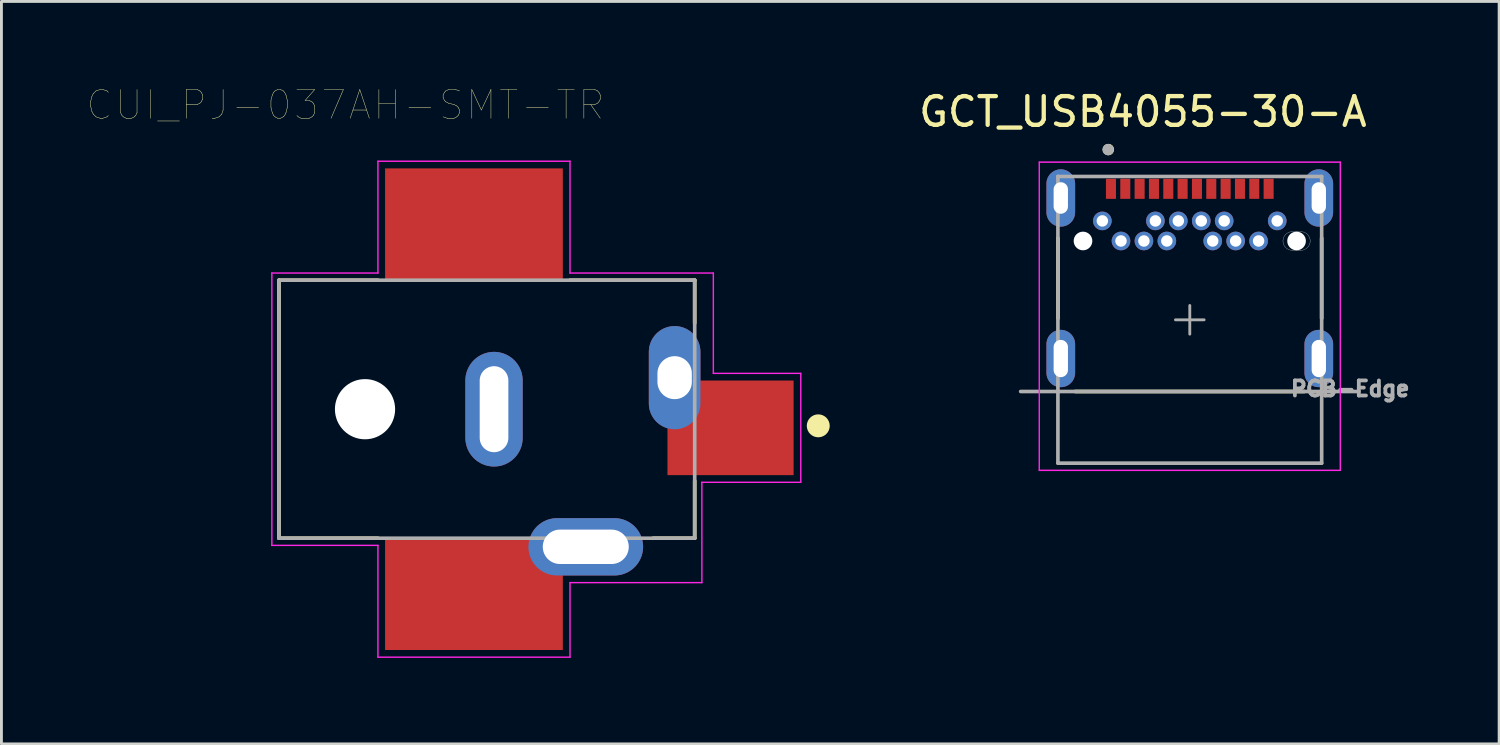
<source format=kicad_pcb>
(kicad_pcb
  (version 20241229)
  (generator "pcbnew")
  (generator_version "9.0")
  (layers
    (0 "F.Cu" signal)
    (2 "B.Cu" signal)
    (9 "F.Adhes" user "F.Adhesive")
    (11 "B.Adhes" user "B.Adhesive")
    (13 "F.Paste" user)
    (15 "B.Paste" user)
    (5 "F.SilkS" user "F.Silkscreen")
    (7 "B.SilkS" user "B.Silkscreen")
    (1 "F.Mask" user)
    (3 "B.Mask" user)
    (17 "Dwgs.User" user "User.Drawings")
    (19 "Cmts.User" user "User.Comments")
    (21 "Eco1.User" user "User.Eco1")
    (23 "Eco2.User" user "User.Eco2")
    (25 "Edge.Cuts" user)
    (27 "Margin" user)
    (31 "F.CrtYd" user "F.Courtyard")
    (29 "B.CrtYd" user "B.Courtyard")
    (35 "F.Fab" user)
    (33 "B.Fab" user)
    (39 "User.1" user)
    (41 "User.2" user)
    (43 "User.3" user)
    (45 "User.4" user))
  (footprint "CUI_PJ-037AH-SMT-TR"
    (layer "F.Cu")
    (at 22.433 11.874)
    (property "Reference" "CUI_PJ-037AH-SMT-TR" (at -13.434 -11.262 0) (layer "F.SilkS") (effects (font (size 1.001 1.001) (thickness 0.015))))
    (attr through_hole)
    (fp_line (start -15.75 -5.15) (end -15.75 3.85) (stroke (width 0.127) (type solid)) (layer "F.SilkS"))
    (fp_line (start -15.75 3.85) (end -12.3 3.85) (stroke (width 0.127) (type solid)) (layer "F.SilkS"))
    (fp_line (start -12.3 -5.15) (end -15.75 -5.15) (stroke (width 0.127) (type solid)) (layer "F.SilkS"))
    (fp_line (start -2.7 3.85) (end -1.25 3.85) (stroke (width 0.127) (type solid)) (layer "F.SilkS"))
    (fp_line (start -1.25 -5.15) (end -5.6 -5.15) (stroke (width 0.127) (type solid)) (layer "F.SilkS"))
    (fp_line (start -1.25 -3.65) (end -1.25 -5.15) (stroke (width 0.127) (type solid)) (layer "F.SilkS"))
    (fp_line (start -1.25 3.85) (end -1.25 1.85) (stroke (width 0.127) (type solid)) (layer "F.SilkS"))
    (fp_circle (center 3.06 -0.07) (end 3.26 -0.07) (stroke (width 0.4) (type solid)) (fill no) (layer "F.SilkS"))
    (fp_line (start -16 -5.4) (end -16 4.1) (stroke (width 0.05) (type solid)) (layer "F.CrtYd"))
    (fp_line (start -16 4.1) (end -12.3 4.1) (stroke (width 0.05) (type solid)) (layer "F.CrtYd"))
    (fp_line (start -12.3 -9.3) (end -5.6 -9.3) (stroke (width 0.05) (type solid)) (layer "F.CrtYd"))
    (fp_line (start -12.3 -5.4) (end -16 -5.4) (stroke (width 0.05) (type solid)) (layer "F.CrtYd"))
    (fp_line (start -12.3 -5.4) (end -12.3 -9.3) (stroke (width 0.05) (type solid)) (layer "F.CrtYd"))
    (fp_line (start -12.3 4.1) (end -12.3 8) (stroke (width 0.05) (type solid)) (layer "F.CrtYd"))
    (fp_line (start -12.3 8) (end -5.6 8) (stroke (width 0.05) (type solid)) (layer "F.CrtYd"))
    (fp_line (start -5.6 -9.3) (end -5.6 -5.4) (stroke (width 0.05) (type solid)) (layer "F.CrtYd"))
    (fp_line (start -5.6 5.4) (end -1 5.4) (stroke (width 0.05) (type solid)) (layer "F.CrtYd"))
    (fp_line (start -5.6 8) (end -5.6 5.4) (stroke (width 0.05) (type solid)) (layer "F.CrtYd"))
    (fp_line (start -1 5.4) (end -1 1.9) (stroke (width 0.05) (type solid)) (layer "F.CrtYd"))
    (fp_line (start -0.6 -5.4) (end -5.6 -5.4) (stroke (width 0.05) (type solid)) (layer "F.CrtYd"))
    (fp_line (start -0.6 -1.9) (end -0.6 -5.4) (stroke (width 0.05) (type solid)) (layer "F.CrtYd"))
    (fp_line (start -0.6 -1.9) (end 2.45 -1.9) (stroke (width 0.05) (type solid)) (layer "F.CrtYd"))
    (fp_line (start 2.45 -1.9) (end 2.45 1.9) (stroke (width 0.05) (type solid)) (layer "F.CrtYd"))
    (fp_line (start 2.45 1.9) (end -1 1.9) (stroke (width 0.05) (type solid)) (layer "F.CrtYd"))
    (fp_line (start -15.75 -5.15) (end -15.75 3.85) (stroke (width 0.127) (type solid)) (layer "F.Fab"))
    (fp_line (start -15.75 3.85) (end -1.25 3.85) (stroke (width 0.127) (type solid)) (layer "F.Fab"))
    (fp_line (start -1.25 -5.15) (end -15.75 -5.15) (stroke (width 0.127) (type solid)) (layer "F.Fab"))
    (fp_line (start -1.25 3.85) (end -1.25 -5.15) (stroke (width 0.127) (type solid)) (layer "F.Fab"))
    (pad "" np_thru_hole circle (at -12.75 -0.65) (size 2.1 2.1) (drill 2.1) (layers "*.Cu" "*.Mask"))
    (pad "1A" smd rect (at 0 0) (size 4.4 3.3) (layers "F.Cu" "F.Mask" "F.Paste"))
    (pad "1B" thru_hole oval (at -1.95 -1.75) (size 1.8 3.6) (drill oval 1.2 1.5) (layers "*.Cu" "*.Mask"))
    (pad "2A" smd rect (at -8.95 -7.1) (size 6.2 3.9) (layers "F.Cu" "F.Mask" "F.Paste"))
    (pad "2B" thru_hole oval (at -8.25 -0.65) (size 2 4) (drill oval 1 3) (layers "*.Cu" "*.Mask"))
    (pad "3A" smd rect (at -8.95 5.8) (size 6.2 3.9) (layers "F.Cu" "F.Mask" "F.Paste"))
    (pad "3B" thru_hole oval (at -5.05 4.15) (size 4 2) (drill oval 3 1.2) (layers "*.Cu" "*.Mask")))
  (footprint "GCT_USB4055-30-A"
    (layer "F.Cu")
    (at 38.453 8.106)
    (property "Reference" "GCT_USB4055-30-A" (at -1.635 -7.257 0) (layer "F.SilkS") (effects (font (size 1.002 1.002) (thickness 0.15))))
    (attr through_hole)
    (fp_line (start -4.6 -2.85) (end -4.6 -0.05) (stroke (width 0.127) (type solid)) (layer "F.SilkS"))
    (fp_line (start -4 2.5) (end 4 2.5) (stroke (width 0.127) (type solid)) (layer "F.SilkS"))
    (fp_line (start 4.6 -0.05) (end 4.6 -2.85) (stroke (width 0.127) (type solid)) (layer "F.SilkS"))
    (fp_circle (center -2.841 -5.939) (end -2.741 -5.939) (stroke (width 0.2) (type solid)) (fill no) (layer "F.SilkS"))
    (fp_line (start 3.575 -3.075) (end 3.875 -3.075) (stroke (width 0.01) (type solid)) (layer "Edge.Cuts"))
    (fp_line (start 3.875 -2.425) (end 3.575 -2.425) (stroke (width 0.01) (type solid)) (layer "Edge.Cuts"))
    (fp_arc (start 3.25 -2.75) (mid 3.34519 -2.97981) (end 3.575 -3.075) (stroke (width 0.01) (type solid)) (layer "Edge.Cuts"))
    (fp_arc (start 3.575 -2.425) (mid 3.34519 -2.52019) (end 3.25 -2.75) (stroke (width 0.01) (type solid)) (layer "Edge.Cuts"))
    (fp_arc (start 3.875 -3.075) (mid 4.10481 -2.97981) (end 4.2 -2.75) (stroke (width 0.01) (type solid)) (layer "Edge.Cuts"))
    (fp_arc (start 4.2 -2.75) (mid 4.10481 -2.52019) (end 3.875 -2.425) (stroke (width 0.01) (type solid)) (layer "Edge.Cuts"))
    (fp_line (start -5.25 -5.5) (end 5.25 -5.5) (stroke (width 0.05) (type solid)) (layer "F.CrtYd"))
    (fp_line (start -5.25 5.25) (end -5.25 -5.5) (stroke (width 0.05) (type solid)) (layer "F.CrtYd"))
    (fp_line (start -5.25 5.25) (end 5.25 5.25) (stroke (width 0.05) (type solid)) (layer "F.CrtYd"))
    (fp_line (start 5.25 5.25) (end 5.25 -5.5) (stroke (width 0.05) (type solid)) (layer "F.CrtYd"))
    (fp_line (start -5.9 2.5) (end 5.9 2.5) (stroke (width 0.127) (type solid)) (layer "F.Fab"))
    (fp_line (start -4.6 -5) (end 4.6 -5) (stroke (width 0.127) (type solid)) (layer "F.Fab"))
    (fp_line (start -4.6 5) (end -4.6 -5) (stroke (width 0.127) (type solid)) (layer "F.Fab"))
    (fp_line (start -4.6 5) (end 4.6 5) (stroke (width 0.127) (type solid)) (layer "F.Fab"))
    (fp_line (start -0.5 0) (end 0.5 0) (stroke (width 0.1) (type solid)) (layer "F.Fab"))
    (fp_line (start 0 0.5) (end 0 -0.5) (stroke (width 0.1) (type solid)) (layer "F.Fab"))
    (fp_line (start 4.6 5) (end 4.6 -5) (stroke (width 0.127) (type solid)) (layer "F.Fab"))
    (fp_circle (center -2.849 -5.937) (end -2.749 -5.937) (stroke (width 0.2) (type solid)) (fill no) (layer "F.Fab"))
    (fp_text user "PCB-Edge" (at 5.595 2.404 0) (layer "F.Fab") (effects (font (size 0.526 0.526) (thickness 0.15))))
    (pad "" np_thru_hole circle (at -3.725 -2.75) (size 0.65 0.65) (drill 0.65) (layers "*.Cu" "*.Mask"))
    (pad "" np_thru_hole circle (at 3.725 -2.75) (size 0.65 0.65) (drill 0.65) (layers "*.Cu" "*.Mask"))
    (pad "A1" smd rect (at -2.75 -4.57 180) (size 0.35 0.7) (layers "F.Cu" "F.Mask" "F.Paste"))
    (pad "A2" smd rect (at -2.25 -4.57 180) (size 0.35 0.7) (layers "F.Cu" "F.Mask" "F.Paste"))
    (pad "A3" smd rect (at -1.75 -4.57 180) (size 0.35 0.7) (layers "F.Cu" "F.Mask" "F.Paste"))
    (pad "A4" smd rect (at -1.25 -4.57 180) (size 0.35 0.7) (layers "F.Cu" "F.Mask" "F.Paste"))
    (pad "A5" smd rect (at -0.75 -4.57 180) (size 0.35 0.7) (layers "F.Cu" "F.Mask" "F.Paste"))
    (pad "A6" smd rect (at -0.25 -4.57 180) (size 0.35 0.7) (layers "F.Cu" "F.Mask" "F.Paste"))
    (pad "A7" smd rect (at 0.25 -4.57 180) (size 0.35 0.7) (layers "F.Cu" "F.Mask" "F.Paste"))
    (pad "A8" smd rect (at 0.75 -4.57 180) (size 0.35 0.7) (layers "F.Cu" "F.Mask" "F.Paste"))
    (pad "A9" smd rect (at 1.25 -4.57 180) (size 0.35 0.7) (layers "F.Cu" "F.Mask" "F.Paste"))
    (pad "A10" smd rect (at 1.75 -4.57 180) (size 0.35 0.7) (layers "F.Cu" "F.Mask" "F.Paste"))
    (pad "A11" smd rect (at 2.25 -4.57 180) (size 0.35 0.7) (layers "F.Cu" "F.Mask" "F.Paste"))
    (pad "A12" smd rect (at 2.75 -4.57 180) (size 0.35 0.7) (layers "F.Cu" "F.Mask" "F.Paste"))
    (pad "B1" thru_hole circle (at 3.05 -3.45) (size 0.65 0.65) (drill 0.4) (layers "*.Cu" "*.Mask"))
    (pad "B2" thru_hole circle (at 2.4 -2.75) (size 0.65 0.65) (drill 0.4) (layers "*.Cu" "*.Mask"))
    (pad "B3" thru_hole circle (at 1.6 -2.75) (size 0.65 0.65) (drill 0.4) (layers "*.Cu" "*.Mask"))
    (pad "B4" thru_hole circle (at 1.2 -3.45) (size 0.65 0.65) (drill 0.4) (layers "*.Cu" "*.Mask"))
    (pad "B5" thru_hole circle (at 0.8 -2.75) (size 0.65 0.65) (drill 0.4) (layers "*.Cu" "*.Mask"))
    (pad "B6" thru_hole circle (at 0.4 -3.45) (size 0.65 0.65) (drill 0.4) (layers "*.Cu" "*.Mask"))
    (pad "B7" thru_hole circle (at -0.4 -3.45) (size 0.65 0.65) (drill 0.4) (layers "*.Cu" "*.Mask"))
    (pad "B8" thru_hole circle (at -0.8 -2.75) (size 0.65 0.65) (drill 0.4) (layers "*.Cu" "*.Mask"))
    (pad "B9" thru_hole circle (at -1.2 -3.45) (size 0.65 0.65) (drill 0.4) (layers "*.Cu" "*.Mask"))
    (pad "B10" thru_hole circle (at -1.6 -2.75) (size 0.65 0.65) (drill 0.4) (layers "*.Cu" "*.Mask"))
    (pad "B11" thru_hole circle (at -2.4 -2.75) (size 0.65 0.65) (drill 0.4) (layers "*.Cu" "*.Mask"))
    (pad "B12" thru_hole circle (at -3.05 -3.45) (size 0.65 0.65) (drill 0.4) (layers "*.Cu" "*.Mask"))
    (pad "S1" thru_hole oval (at -4.5 -4.25) (size 1 2) (drill oval 0.5 1.1) (layers "*.Cu" "*.Mask"))
    (pad "S2" thru_hole oval (at 4.5 -4.25) (size 1 2) (drill oval 0.5 1.1) (layers "*.Cu" "*.Mask"))
    (pad "S3" thru_hole oval (at -4.5 1.35) (size 1 2) (drill oval 0.5 1.3) (layers "*.Cu" "*.Mask"))
    (pad "S4" thru_hole oval (at 4.5 1.35) (size 1 2) (drill oval 0.5 1.3) (layers "*.Cu" "*.Mask")))
  (gr_rect
    (start -3 -3)
    (end 49.244 22.899)
    (stroke (width 0.1) (type default))
    (fill no)
    (layer "Edge.Cuts")))
</source>
